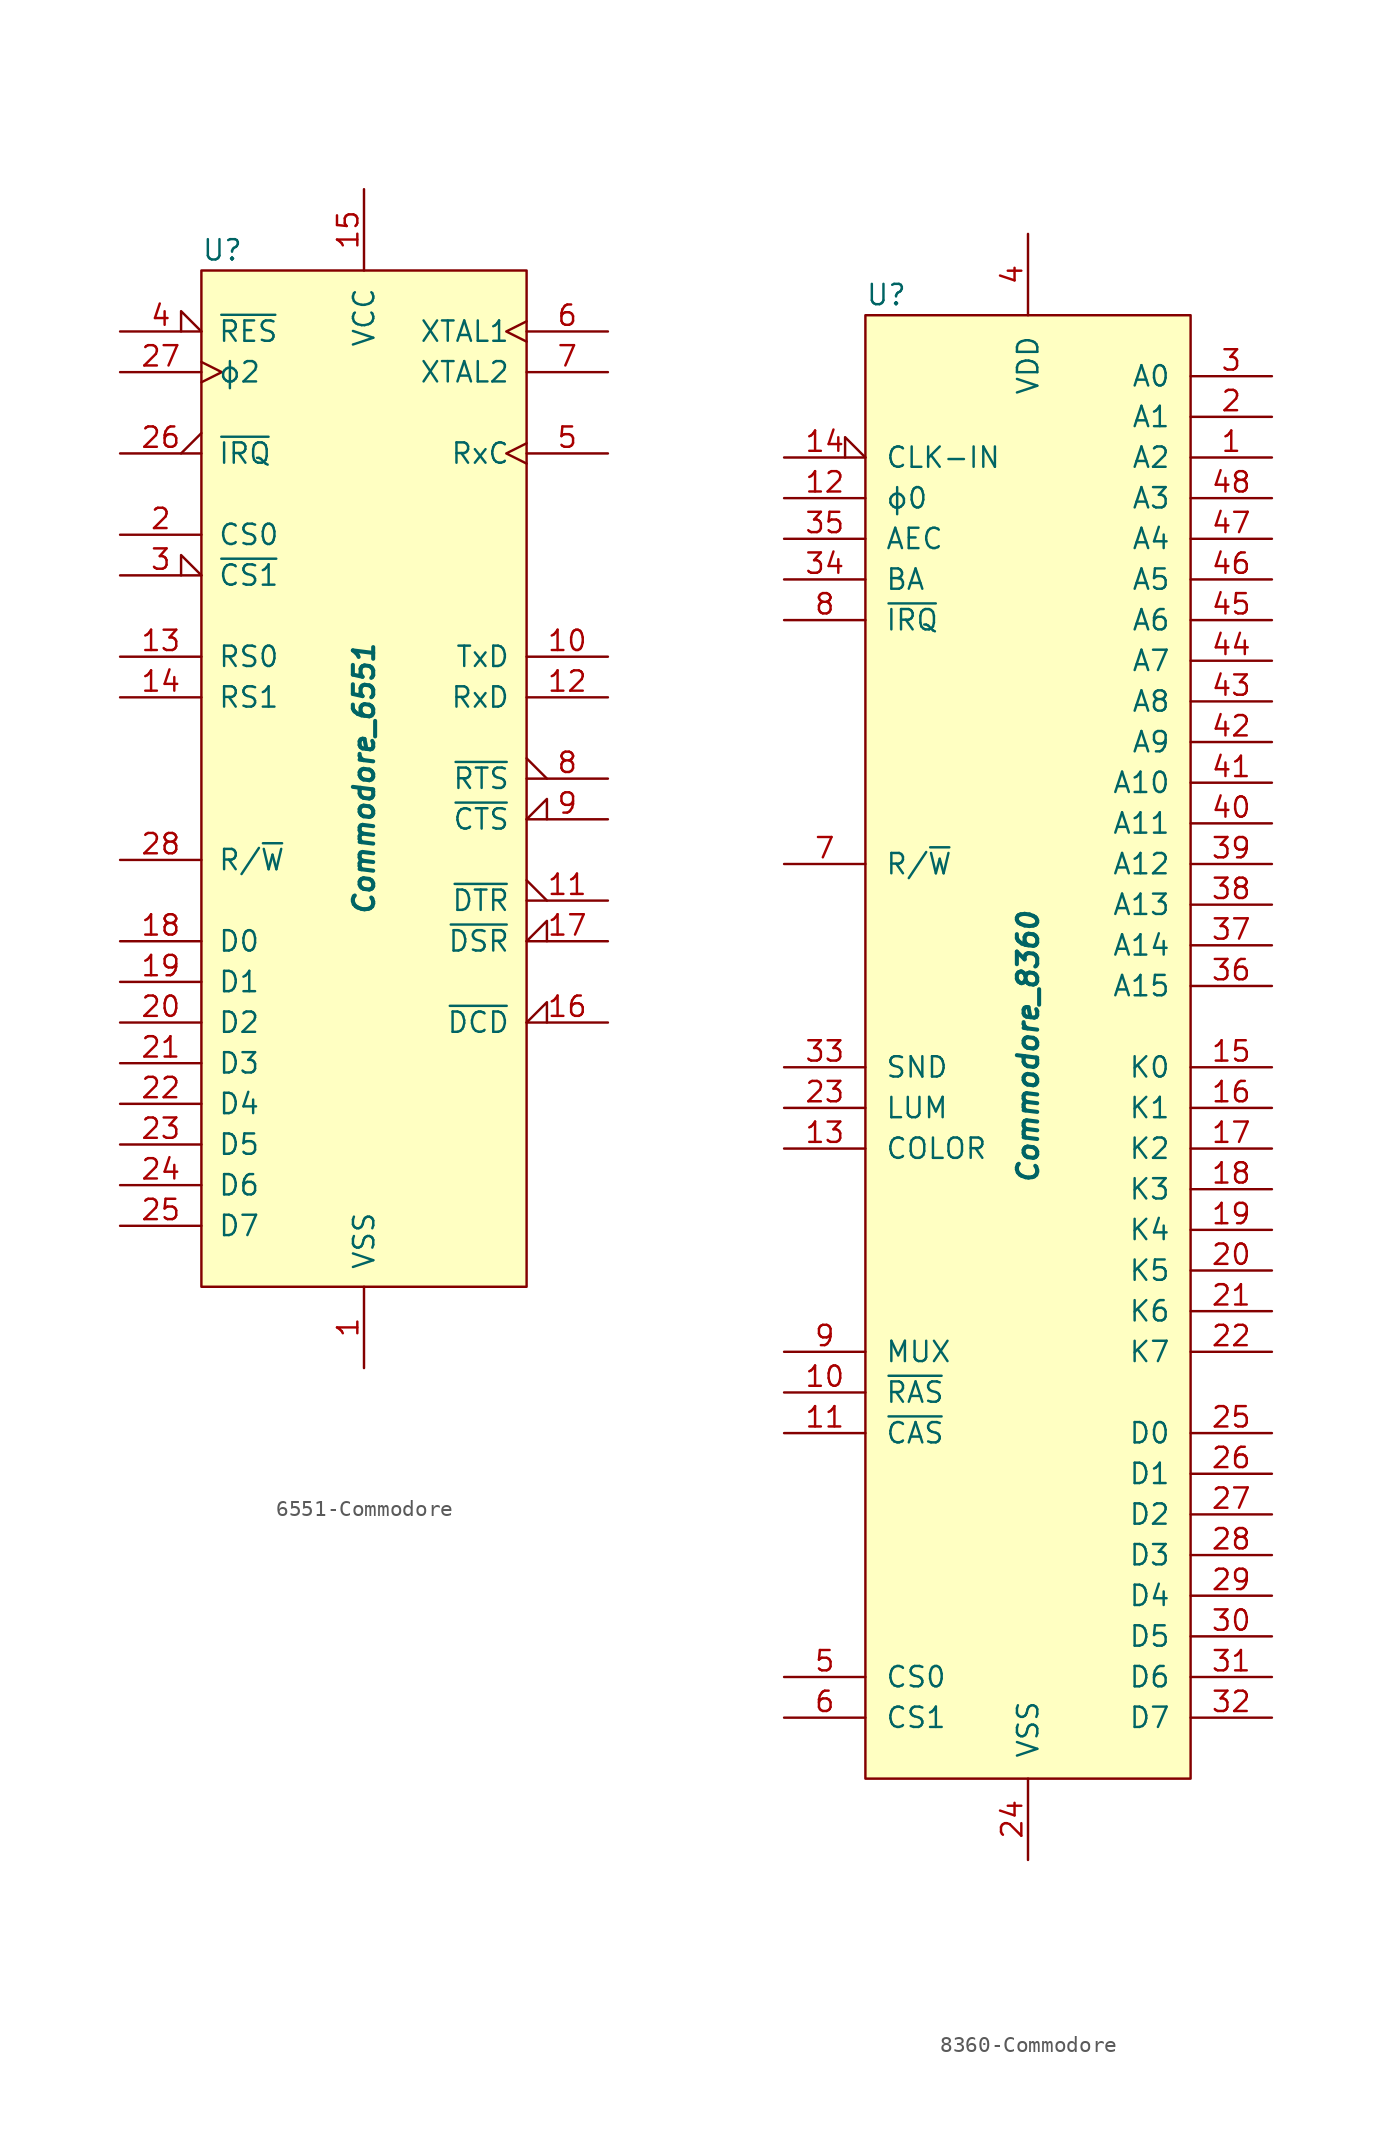
<source format=kicad_sym>
(kicad_symbol_lib
  (version 20220914)
  (generator kicad_symbol_editor)
  (symbol "6551-Commodore"
    (pin_names
      (offset 1.016))
    (property "Reference" "U"
      (at -10.16 33.02 0)
      (effects (font (size 1.27 1.27)) (justify left)))
    (property "Value" "Commodore_6551"
      (at 0 0 90)
      (effects (font (size 1.27 1.27) bold italic)))
    (symbol "6551-Commodore_0_1"
      (rectangle (start -10.16 31.75) (end 10.16 -31.75) (stroke (width 0) (type solid)) (fill (type background))))
    (symbol "6551-Commodore_1_1"
      (pin power_in line (at 0 -36.83 90) (length 5.08) (name "VSS" (effects (font (size 1.27 1.27)))) (number "1" (effects (font (size 1.27 1.27)))))
      (pin output line (at 15.24 7.62 180) (length 5.08) (name "TxD" (effects (font (size 1.27 1.27)))) (number "10" (effects (font (size 1.27 1.27)))))
      (pin output output_low (at 15.24 -7.62 180) (length 5.08) (name "~{DTR}" (effects (font (size 1.27 1.27)))) (number "11" (effects (font (size 1.27 1.27)))))
      (pin input line (at 15.24 5.08 180) (length 5.08) (name "RxD" (effects (font (size 1.27 1.27)))) (number "12" (effects (font (size 1.27 1.27)))))
      (pin input line (at -15.24 7.62 0) (length 5.08) (name "RS0" (effects (font (size 1.27 1.27)))) (number "13" (effects (font (size 1.27 1.27)))))
      (pin input line (at -15.24 5.08 0) (length 5.08) (name "RS1" (effects (font (size 1.27 1.27)))) (number "14" (effects (font (size 1.27 1.27)))))
      (pin power_in line (at 0 36.83 270) (length 5.08) (name "VCC" (effects (font (size 1.27 1.27)))) (number "15" (effects (font (size 1.27 1.27)))))
      (pin input input_low (at 15.24 -15.24 180) (length 5.08) (name "~{DCD}" (effects (font (size 1.27 1.27)))) (number "16" (effects (font (size 1.27 1.27)))))
      (pin input input_low (at 15.24 -10.16 180) (length 5.08) (name "~{DSR}" (effects (font (size 1.27 1.27)))) (number "17" (effects (font (size 1.27 1.27)))))
      (pin bidirectional line (at -15.24 -10.16 0) (length 5.08) (name "D0" (effects (font (size 1.27 1.27)))) (number "18" (effects (font (size 1.27 1.27)))))
      (pin bidirectional line (at -15.24 -12.7 0) (length 5.08) (name "D1" (effects (font (size 1.27 1.27)))) (number "19" (effects (font (size 1.27 1.27)))))
      (pin input line (at -15.24 15.24 0) (length 5.08) (name "CS0" (effects (font (size 1.27 1.27)))) (number "2" (effects (font (size 1.27 1.27)))))
      (pin bidirectional line (at -15.24 -15.24 0) (length 5.08) (name "D2" (effects (font (size 1.27 1.27)))) (number "20" (effects (font (size 1.27 1.27)))))
      (pin bidirectional line (at -15.24 -17.78 0) (length 5.08) (name "D3" (effects (font (size 1.27 1.27)))) (number "21" (effects (font (size 1.27 1.27)))))
      (pin bidirectional line (at -15.24 -20.32 0) (length 5.08) (name "D4" (effects (font (size 1.27 1.27)))) (number "22" (effects (font (size 1.27 1.27)))))
      (pin bidirectional line (at -15.24 -22.86 0) (length 5.08) (name "D5" (effects (font (size 1.27 1.27)))) (number "23" (effects (font (size 1.27 1.27)))))
      (pin bidirectional line (at -15.24 -25.4 0) (length 5.08) (name "D6" (effects (font (size 1.27 1.27)))) (number "24" (effects (font (size 1.27 1.27)))))
      (pin bidirectional line (at -15.24 -27.94 0) (length 5.08) (name "D7" (effects (font (size 1.27 1.27)))) (number "25" (effects (font (size 1.27 1.27)))))
      (pin open_collector output_low (at -15.24 20.32 0) (length 5.08) (name "~{IRQ}" (effects (font (size 1.27 1.27)))) (number "26" (effects (font (size 1.27 1.27)))))
      (pin input clock (at -15.24 25.4 0) (length 5.08) (name "ϕ2" (effects (font (size 1.27 1.27)))) (number "27" (effects (font (size 1.27 1.27)))))
      (pin input line (at -15.24 -5.08 0) (length 5.08) (name "R/~{W}" (effects (font (size 1.27 1.27)))) (number "28" (effects (font (size 1.27 1.27)))))
      (pin input input_low (at -15.24 12.7 0) (length 5.08) (name "~{CS1}" (effects (font (size 1.27 1.27)))) (number "3" (effects (font (size 1.27 1.27)))))
      (pin input input_low (at -15.24 27.94 0) (length 5.08) (name "~{RES}" (effects (font (size 1.27 1.27)))) (number "4" (effects (font (size 1.27 1.27)))))
      (pin bidirectional clock (at 15.24 20.32 180) (length 5.08) (name "RxC" (effects (font (size 1.27 1.27)))) (number "5" (effects (font (size 1.27 1.27)))))
      (pin input clock (at 15.24 27.94 180) (length 5.08) (name "XTAL1" (effects (font (size 1.27 1.27)))) (number "6" (effects (font (size 1.27 1.27)))))
      (pin output line (at 15.24 25.4 180) (length 5.08) (name "XTAL2" (effects (font (size 1.27 1.27)))) (number "7" (effects (font (size 1.27 1.27)))))
      (pin output output_low (at 15.24 0 180) (length 5.08) (name "~{RTS}" (effects (font (size 1.27 1.27)))) (number "8" (effects (font (size 1.27 1.27)))))
      (pin input input_low (at 15.24 -2.54 180) (length 5.08) (name "~{CTS}" (effects (font (size 1.27 1.27)))) (number "9" (effects (font (size 1.27 1.27)))))))
  (symbol "8360-Commodore"
    (pin_names
      (offset 1.219))
    (property "Reference" "U"
      (at -10.16 46.99 0)
      (effects (font (size 1.27 1.27)) (justify left)))
    (property "Value" "Commodore_8360"
      (at 0 0 90)
      (effects (font (size 1.27 1.27) bold italic)))
    (symbol "8360-Commodore_0_1"
      (rectangle (start -10.16 45.72) (end 10.16 -45.72) (stroke (width 0) (type solid)) (fill (type background))))
    (symbol "8360-Commodore_1_1"
      (pin tri_state line (at 15.24 36.83 180) (length 5.08) (name "A2" (effects (font (size 1.27 1.27)))) (number "1" (effects (font (size 1.27 1.27)))))
      (pin input line (at -15.24 -21.59 0) (length 5.08) (name "~{RAS}" (effects (font (size 1.27 1.27)))) (number "10" (effects (font (size 1.27 1.27)))))
      (pin input line (at -15.24 -24.13 0) (length 5.08) (name "~{CAS}" (effects (font (size 1.27 1.27)))) (number "11" (effects (font (size 1.27 1.27)))))
      (pin input line (at -15.24 34.29 0) (length 5.08) (name "ϕ0" (effects (font (size 1.27 1.27)))) (number "12" (effects (font (size 1.27 1.27)))))
      (pin input line (at -15.24 -6.35 0) (length 5.08) (name "COLOR" (effects (font (size 1.27 1.27)))) (number "13" (effects (font (size 1.27 1.27)))))
      (pin input input_low (at -15.24 36.83 0) (length 5.08) (name "CLK-IN" (effects (font (size 1.27 1.27)))) (number "14" (effects (font (size 1.27 1.27)))))
      (pin bidirectional line (at 15.24 -1.27 180) (length 5.08) (name "K0" (effects (font (size 1.27 1.27)))) (number "15" (effects (font (size 1.27 1.27)))))
      (pin bidirectional line (at 15.24 -3.81 180) (length 5.08) (name "K1" (effects (font (size 1.27 1.27)))) (number "16" (effects (font (size 1.27 1.27)))))
      (pin bidirectional line (at 15.24 -6.35 180) (length 5.08) (name "K2" (effects (font (size 1.27 1.27)))) (number "17" (effects (font (size 1.27 1.27)))))
      (pin bidirectional line (at 15.24 -8.89 180) (length 5.08) (name "K3" (effects (font (size 1.27 1.27)))) (number "18" (effects (font (size 1.27 1.27)))))
      (pin bidirectional line (at 15.24 -11.43 180) (length 5.08) (name "K4" (effects (font (size 1.27 1.27)))) (number "19" (effects (font (size 1.27 1.27)))))
      (pin tri_state line (at 15.24 39.37 180) (length 5.08) (name "A1" (effects (font (size 1.27 1.27)))) (number "2" (effects (font (size 1.27 1.27)))))
      (pin bidirectional line (at 15.24 -13.97 180) (length 5.08) (name "K5" (effects (font (size 1.27 1.27)))) (number "20" (effects (font (size 1.27 1.27)))))
      (pin bidirectional line (at 15.24 -16.51 180) (length 5.08) (name "K6" (effects (font (size 1.27 1.27)))) (number "21" (effects (font (size 1.27 1.27)))))
      (pin bidirectional line (at 15.24 -19.05 180) (length 5.08) (name "K7" (effects (font (size 1.27 1.27)))) (number "22" (effects (font (size 1.27 1.27)))))
      (pin input line (at -15.24 -3.81 0) (length 5.08) (name "LUM" (effects (font (size 1.27 1.27)))) (number "23" (effects (font (size 1.27 1.27)))))
      (pin power_in line (at 0 -50.8 90) (length 5.08) (name "VSS" (effects (font (size 1.27 1.27)))) (number "24" (effects (font (size 1.27 1.27)))))
      (pin bidirectional line (at 15.24 -24.13 180) (length 5.08) (name "D0" (effects (font (size 1.27 1.27)))) (number "25" (effects (font (size 1.27 1.27)))))
      (pin bidirectional line (at 15.24 -26.67 180) (length 5.08) (name "D1" (effects (font (size 1.27 1.27)))) (number "26" (effects (font (size 1.27 1.27)))))
      (pin bidirectional line (at 15.24 -29.21 180) (length 5.08) (name "D2" (effects (font (size 1.27 1.27)))) (number "27" (effects (font (size 1.27 1.27)))))
      (pin bidirectional line (at 15.24 -31.75 180) (length 5.08) (name "D3" (effects (font (size 1.27 1.27)))) (number "28" (effects (font (size 1.27 1.27)))))
      (pin bidirectional line (at 15.24 -34.29 180) (length 5.08) (name "D4" (effects (font (size 1.27 1.27)))) (number "29" (effects (font (size 1.27 1.27)))))
      (pin tri_state line (at 15.24 41.91 180) (length 5.08) (name "A0" (effects (font (size 1.27 1.27)))) (number "3" (effects (font (size 1.27 1.27)))))
      (pin bidirectional line (at 15.24 -36.83 180) (length 5.08) (name "D5" (effects (font (size 1.27 1.27)))) (number "30" (effects (font (size 1.27 1.27)))))
      (pin bidirectional line (at 15.24 -39.37 180) (length 5.08) (name "D6" (effects (font (size 1.27 1.27)))) (number "31" (effects (font (size 1.27 1.27)))))
      (pin bidirectional line (at 15.24 -41.91 180) (length 5.08) (name "D7" (effects (font (size 1.27 1.27)))) (number "32" (effects (font (size 1.27 1.27)))))
      (pin input line (at -15.24 -1.27 0) (length 5.08) (name "SND" (effects (font (size 1.27 1.27)))) (number "33" (effects (font (size 1.27 1.27)))))
      (pin input line (at -15.24 29.21 0) (length 5.08) (name "BA" (effects (font (size 1.27 1.27)))) (number "34" (effects (font (size 1.27 1.27)))))
      (pin input line (at -15.24 31.75 0) (length 5.08) (name "AEC" (effects (font (size 1.27 1.27)))) (number "35" (effects (font (size 1.27 1.27)))))
      (pin tri_state line (at 15.24 3.81 180) (length 5.08) (name "A15" (effects (font (size 1.27 1.27)))) (number "36" (effects (font (size 1.27 1.27)))))
      (pin tri_state line (at 15.24 6.35 180) (length 5.08) (name "A14" (effects (font (size 1.27 1.27)))) (number "37" (effects (font (size 1.27 1.27)))))
      (pin tri_state line (at 15.24 8.89 180) (length 5.08) (name "A13" (effects (font (size 1.27 1.27)))) (number "38" (effects (font (size 1.27 1.27)))))
      (pin tri_state line (at 15.24 11.43 180) (length 5.08) (name "A12" (effects (font (size 1.27 1.27)))) (number "39" (effects (font (size 1.27 1.27)))))
      (pin power_in line (at 0 50.8 270) (length 5.08) (name "VDD" (effects (font (size 1.27 1.27)))) (number "4" (effects (font (size 1.27 1.27)))))
      (pin tri_state line (at 15.24 13.97 180) (length 5.08) (name "A11" (effects (font (size 1.27 1.27)))) (number "40" (effects (font (size 1.27 1.27)))))
      (pin tri_state line (at 15.24 16.51 180) (length 5.08) (name "A10" (effects (font (size 1.27 1.27)))) (number "41" (effects (font (size 1.27 1.27)))))
      (pin tri_state line (at 15.24 19.05 180) (length 5.08) (name "A9" (effects (font (size 1.27 1.27)))) (number "42" (effects (font (size 1.27 1.27)))))
      (pin tri_state line (at 15.24 21.59 180) (length 5.08) (name "A8" (effects (font (size 1.27 1.27)))) (number "43" (effects (font (size 1.27 1.27)))))
      (pin tri_state line (at 15.24 24.13 180) (length 5.08) (name "A7" (effects (font (size 1.27 1.27)))) (number "44" (effects (font (size 1.27 1.27)))))
      (pin tri_state line (at 15.24 26.67 180) (length 5.08) (name "A6" (effects (font (size 1.27 1.27)))) (number "45" (effects (font (size 1.27 1.27)))))
      (pin tri_state line (at 15.24 29.21 180) (length 5.08) (name "A5" (effects (font (size 1.27 1.27)))) (number "46" (effects (font (size 1.27 1.27)))))
      (pin tri_state line (at 15.24 31.75 180) (length 5.08) (name "A4" (effects (font (size 1.27 1.27)))) (number "47" (effects (font (size 1.27 1.27)))))
      (pin tri_state line (at 15.24 34.29 180) (length 5.08) (name "A3" (effects (font (size 1.27 1.27)))) (number "48" (effects (font (size 1.27 1.27)))))
      (pin input line (at -15.24 -39.37 0) (length 5.08) (name "CS0" (effects (font (size 1.27 1.27)))) (number "5" (effects (font (size 1.27 1.27)))))
      (pin input line (at -15.24 -41.91 0) (length 5.08) (name "CS1" (effects (font (size 1.27 1.27)))) (number "6" (effects (font (size 1.27 1.27)))))
      (pin tri_state line (at -15.24 11.43 0) (length 5.08) (name "R/~{W}" (effects (font (size 1.27 1.27)))) (number "7" (effects (font (size 1.27 1.27)))))
      (pin input line (at -15.24 26.67 0) (length 5.08) (name "~{IRQ}" (effects (font (size 1.27 1.27)))) (number "8" (effects (font (size 1.27 1.27)))))
      (pin input line (at -15.24 -19.05 0) (length 5.08) (name "MUX" (effects (font (size 1.27 1.27)))) (number "9" (effects (font (size 1.27 1.27))))))))
</source>
